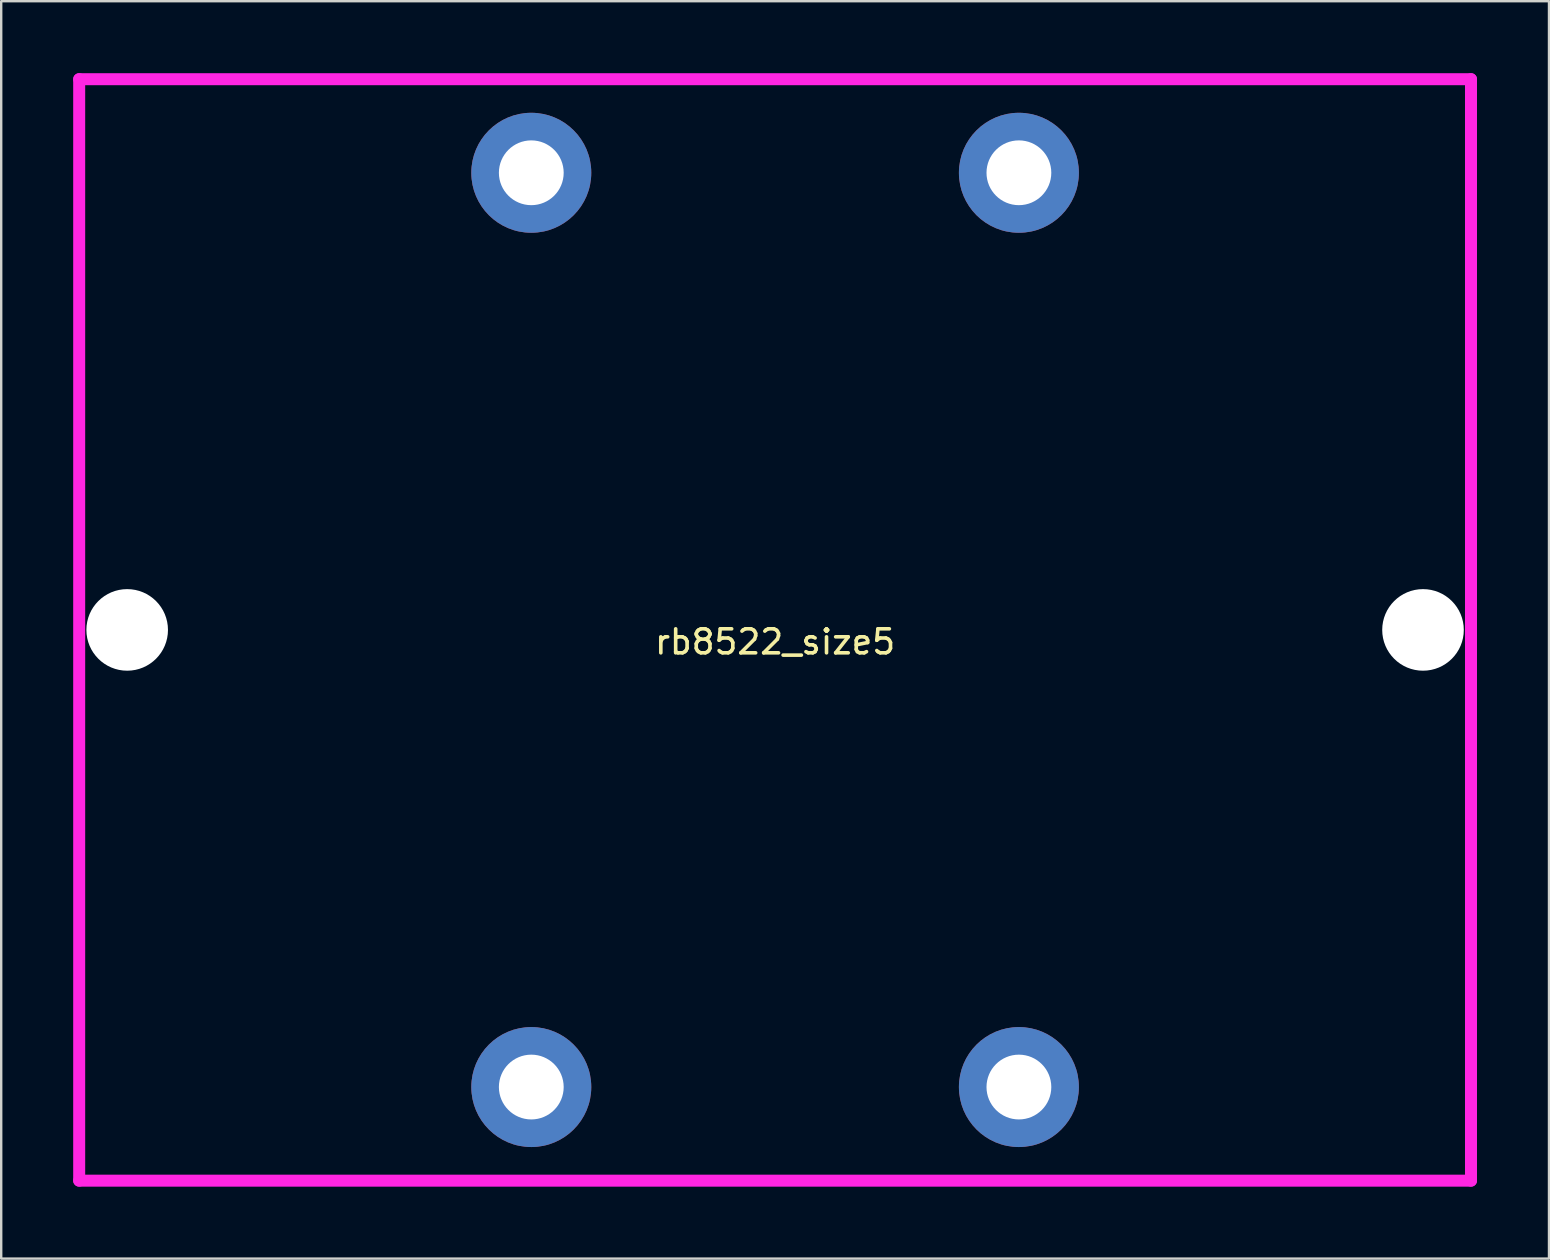
<source format=kicad_pcb>
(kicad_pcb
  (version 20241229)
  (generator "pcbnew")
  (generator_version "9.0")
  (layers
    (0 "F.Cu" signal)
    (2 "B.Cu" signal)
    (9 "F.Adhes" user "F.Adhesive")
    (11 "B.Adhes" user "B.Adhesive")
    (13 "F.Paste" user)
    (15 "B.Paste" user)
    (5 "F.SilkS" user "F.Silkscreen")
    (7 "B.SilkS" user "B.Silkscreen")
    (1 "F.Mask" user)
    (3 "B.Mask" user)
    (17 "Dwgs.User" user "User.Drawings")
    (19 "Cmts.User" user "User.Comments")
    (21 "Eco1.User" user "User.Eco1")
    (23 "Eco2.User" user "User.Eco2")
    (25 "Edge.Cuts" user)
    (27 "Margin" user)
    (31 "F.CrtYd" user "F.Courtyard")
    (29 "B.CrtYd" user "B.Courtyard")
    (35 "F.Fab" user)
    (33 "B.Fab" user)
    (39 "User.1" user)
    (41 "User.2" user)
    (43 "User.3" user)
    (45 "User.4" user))
  (footprint "rb8522_size5"
    (layer "F.Cu")
    (at 29.25 23.2)
    (property "Reference" "rb8522_size5" (at 0 0.5 0) (layer "F.SilkS") (effects (font (size 1 1) (thickness 0.15))))
    (attr through_hole)
    (fp_line (start -29 -22.95) (end 29 -22.95) (stroke (width 0.5) (type solid)) (layer "F.CrtYd"))
    (fp_line (start -29 22.95) (end -29 -22.95) (stroke (width 0.5) (type solid)) (layer "F.CrtYd"))
    (fp_line (start -29 22.95) (end 29 22.95) (stroke (width 0.5) (type solid)) (layer "F.CrtYd"))
    (fp_line (start 29 22.95) (end 29 -22.95) (stroke (width 0.5) (type solid)) (layer "F.CrtYd"))
    (pad "" np_thru_hole circle (at -27 0) (size 3.4 3.4) (drill 3.4) (layers "*.Cu" "*.Mask"))
    (pad "" np_thru_hole circle (at 27 0) (size 3.4 3.4) (drill 3.4) (layers "*.Cu" "*.Mask"))
    (pad "L1_1" thru_hole circle (at -10.16 19.05) (size 5 5) (drill 2.7) (layers "*.Cu" "*.Mask"))
    (pad "L1_2" thru_hole circle (at -10.16 -19.05) (size 5 5) (drill 2.7) (layers "*.Cu" "*.Mask"))
    (pad "L2_1" thru_hole circle (at 10.16 19.05) (size 5 5) (drill 2.7) (layers "*.Cu" "*.Mask"))
    (pad "L2_2" thru_hole circle (at 10.16 -19.05) (size 5 5) (drill 2.7) (layers "*.Cu" "*.Mask")))
  (gr_rect
    (start -3 -3)
    (end 61.5 49.4)
    (stroke (width 0.1) (type default))
    (fill no)
    (layer "Edge.Cuts")))
</source>
